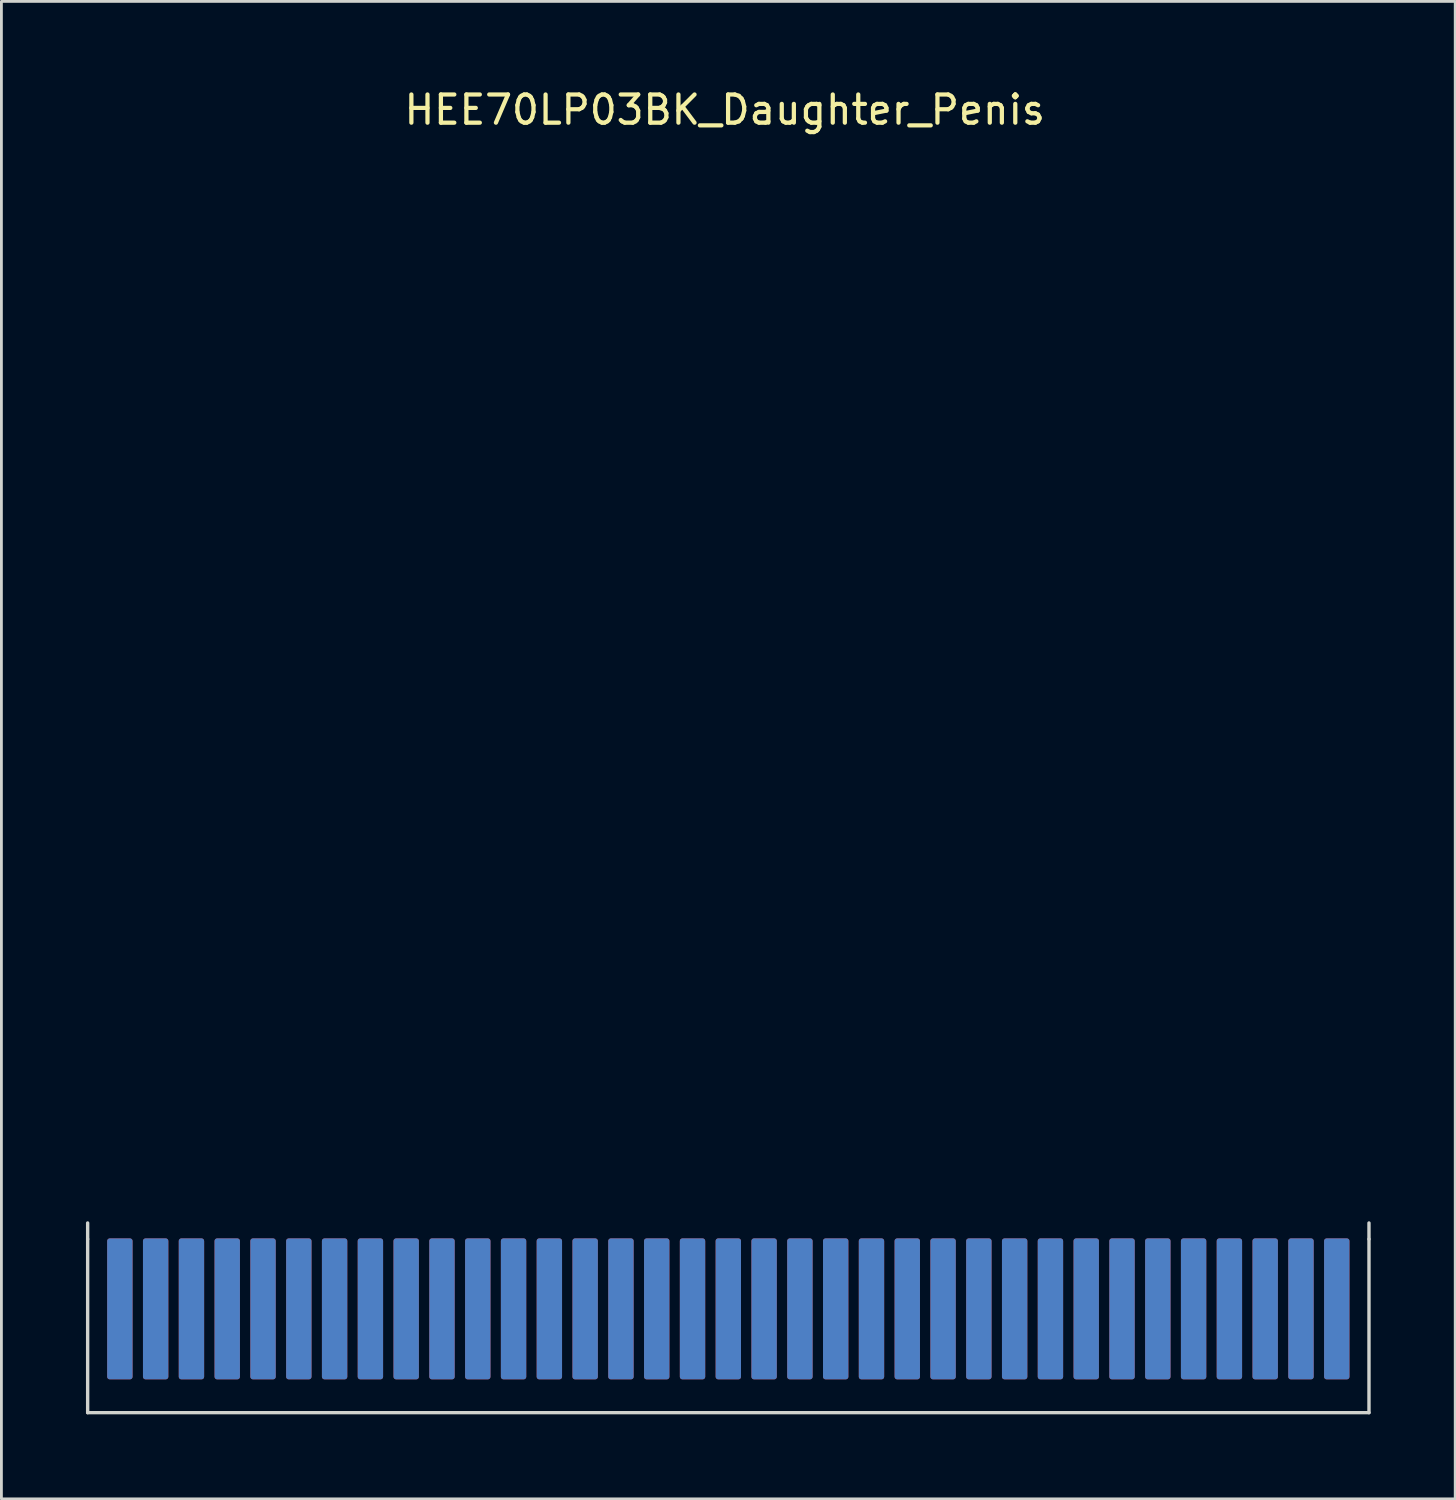
<source format=kicad_pcb>
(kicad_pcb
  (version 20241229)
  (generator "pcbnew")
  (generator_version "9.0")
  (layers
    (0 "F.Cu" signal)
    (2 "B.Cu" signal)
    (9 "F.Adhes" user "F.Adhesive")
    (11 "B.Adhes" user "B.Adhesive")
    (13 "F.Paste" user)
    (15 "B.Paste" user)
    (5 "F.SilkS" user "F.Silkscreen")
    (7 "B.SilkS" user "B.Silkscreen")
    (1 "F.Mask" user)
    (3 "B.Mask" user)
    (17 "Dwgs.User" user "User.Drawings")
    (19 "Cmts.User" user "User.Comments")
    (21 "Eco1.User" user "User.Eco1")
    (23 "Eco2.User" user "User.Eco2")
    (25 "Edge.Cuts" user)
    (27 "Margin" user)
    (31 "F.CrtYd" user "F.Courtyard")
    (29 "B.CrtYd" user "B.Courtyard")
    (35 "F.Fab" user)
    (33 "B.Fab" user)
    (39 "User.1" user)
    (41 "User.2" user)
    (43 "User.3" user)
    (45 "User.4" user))
  (footprint "HEE70LP03BK_Daughter_Penis"
    (layer "F.Cu")
    (at 22.793 40.726)
    (property "Reference" "HEE70LP03BK_Daughter_Penis" (at -0.127 -39.878 0) (unlocked yes) (layer "F.SilkS") (effects (font (size 1 1) (thickness 0.15))))
    (attr smd)
    (fp_line (start -22.733 -0.381) (end -22.733 0.191) (stroke (width 0.12) (type default)) (layer "Edge.Cuts"))
    (fp_line (start -22.733 6.35) (end -22.733 0.191) (stroke (width 0.12) (type default)) (layer "Edge.Cuts"))
    (fp_line (start 22.733 -0.381) (end 22.733 0.191) (stroke (width 0.12) (type default)) (layer "Edge.Cuts"))
    (fp_line (start 22.733 0.191) (end 22.733 6.35) (stroke (width 0.12) (type default)) (layer "Edge.Cuts"))
    (fp_line (start 22.733 6.35) (end -22.733 6.35) (stroke (width 0.12) (type default)) (layer "Edge.Cuts"))
    (pad "1" smd roundrect (at -17.78 2.667 180) (size 0.9 5) (layers "B.Cu" "B.Mask" "B.Paste") (roundrect_rratio 0.1))
    (pad "2" smd roundrect (at -16.51 2.667 180) (size 0.9 5) (layers "B.Cu" "B.Mask" "B.Paste") (roundrect_rratio 0.1))
    (pad "3" smd roundrect (at -15.24 2.667 180) (size 0.9 5) (layers "B.Cu" "B.Mask" "B.Paste") (roundrect_rratio 0.1))
    (pad "4" smd roundrect (at -13.97 2.667 180) (size 0.9 5) (layers "B.Cu" "B.Mask" "B.Paste") (roundrect_rratio 0.1))
    (pad "5" smd roundrect (at -12.7 2.667 180) (size 0.9 5) (layers "B.Cu" "B.Mask" "B.Paste") (roundrect_rratio 0.1))
    (pad "6" smd roundrect (at -11.43 2.667 180) (size 0.9 5) (layers "B.Cu" "B.Mask" "B.Paste") (roundrect_rratio 0.1))
    (pad "7" smd roundrect (at -10.16 2.667 180) (size 0.9 5) (layers "B.Cu" "B.Mask" "B.Paste") (roundrect_rratio 0.1))
    (pad "8" smd roundrect (at -8.89 2.667 180) (size 0.9 5) (layers "B.Cu" "B.Mask" "B.Paste") (roundrect_rratio 0.1))
    (pad "9" smd roundrect (at -7.62 2.667 180) (size 0.9 5) (layers "B.Cu" "B.Mask" "B.Paste") (roundrect_rratio 0.1))
    (pad "10" smd roundrect (at -6.35 2.667 180) (size 0.9 5) (layers "B.Cu" "B.Mask" "B.Paste") (roundrect_rratio 0.1))
    (pad "11" smd roundrect (at -5.08 2.667 180) (size 0.9 5) (layers "B.Cu" "B.Mask" "B.Paste") (roundrect_rratio 0.1))
    (pad "12" smd roundrect (at -3.81 2.667 180) (size 0.9 5) (layers "B.Cu" "B.Mask" "B.Paste") (roundrect_rratio 0.1))
    (pad "13" smd roundrect (at -2.54 2.667 180) (size 0.9 5) (layers "B.Cu" "B.Mask" "B.Paste") (roundrect_rratio 0.1))
    (pad "14" smd roundrect (at -1.27 2.667 180) (size 0.9 5) (layers "B.Cu" "B.Mask" "B.Paste") (roundrect_rratio 0.1))
    (pad "15" smd roundrect (at 0 2.667 180) (size 0.9 5) (layers "B.Cu" "B.Mask" "B.Paste") (roundrect_rratio 0.1))
    (pad "16" smd roundrect (at 1.27 2.667 180) (size 0.9 5) (layers "B.Cu" "B.Mask" "B.Paste") (roundrect_rratio 0.1))
    (pad "17" smd roundrect (at 2.54 2.667 180) (size 0.9 5) (layers "B.Cu" "B.Mask" "B.Paste") (roundrect_rratio 0.1))
    (pad "18" smd roundrect (at 3.81 2.667 180) (size 0.9 5) (layers "B.Cu" "B.Mask" "B.Paste") (roundrect_rratio 0.1))
    (pad "19" smd roundrect (at 5.08 2.667 180) (size 0.9 5) (layers "B.Cu" "B.Mask" "B.Paste") (roundrect_rratio 0.1))
    (pad "20" smd roundrect (at 6.35 2.667 180) (size 0.9 5) (layers "B.Cu" "B.Mask" "B.Paste") (roundrect_rratio 0.1))
    (pad "21" smd roundrect (at 7.62 2.667 180) (size 0.9 5) (layers "B.Cu" "B.Mask" "B.Paste") (roundrect_rratio 0.1))
    (pad "22" smd roundrect (at 8.89 2.667 180) (size 0.9 5) (layers "B.Cu" "B.Mask" "B.Paste") (roundrect_rratio 0.1))
    (pad "23" smd roundrect (at 10.16 2.667 180) (size 0.9 5) (layers "B.Cu" "B.Mask" "B.Paste") (roundrect_rratio 0.1))
    (pad "24" smd roundrect (at 11.43 2.667 180) (size 0.9 5) (layers "B.Cu" "B.Mask" "B.Paste") (roundrect_rratio 0.1))
    (pad "25" smd roundrect (at 12.7 2.667 180) (size 0.9 5) (layers "B.Cu" "B.Mask" "B.Paste") (roundrect_rratio 0.1))
    (pad "26" smd roundrect (at 13.97 2.667 180) (size 0.9 5) (layers "B.Cu" "B.Mask" "B.Paste") (roundrect_rratio 0.1))
    (pad "27" smd roundrect (at 15.24 2.667 180) (size 0.9 5) (layers "B.Cu" "B.Mask" "B.Paste") (roundrect_rratio 0.1))
    (pad "28" smd roundrect (at 16.51 2.667 180) (size 0.9 5) (layers "B.Cu" "B.Mask" "B.Paste") (roundrect_rratio 0.1))
    (pad "29" smd roundrect (at 17.78 2.667 180) (size 0.9 5) (layers "B.Cu" "B.Mask" "B.Paste") (roundrect_rratio 0.1))
    (pad "30" smd roundrect (at 19.05 2.667 180) (size 0.9 5) (layers "B.Cu" "B.Mask" "B.Paste") (roundrect_rratio 0.1))
    (pad "31" smd roundrect (at -17.78 2.667 180) (size 0.9 5) (layers "F.Cu" "F.Mask" "F.Paste") (roundrect_rratio 0.1))
    (pad "32" smd roundrect (at -16.51 2.667 180) (size 0.9 5) (layers "F.Cu" "F.Mask" "F.Paste") (roundrect_rratio 0.1))
    (pad "33" smd roundrect (at -15.24 2.667 180) (size 0.9 5) (layers "F.Cu" "F.Mask" "F.Paste") (roundrect_rratio 0.1))
    (pad "34" smd roundrect (at -13.97 2.667 180) (size 0.9 5) (layers "F.Cu" "F.Mask" "F.Paste") (roundrect_rratio 0.1))
    (pad "35" smd roundrect (at -12.7 2.667 180) (size 0.9 5) (layers "F.Cu" "F.Mask" "F.Paste") (roundrect_rratio 0.1))
    (pad "36" smd roundrect (at -11.43 2.667 180) (size 0.9 5) (layers "F.Cu" "F.Mask" "F.Paste") (roundrect_rratio 0.1))
    (pad "37" smd roundrect (at -10.16 2.667 180) (size 0.9 5) (layers "F.Cu" "F.Mask" "F.Paste") (roundrect_rratio 0.1))
    (pad "38" smd roundrect (at -8.89 2.667 180) (size 0.9 5) (layers "F.Cu" "F.Mask" "F.Paste") (roundrect_rratio 0.1))
    (pad "39" smd roundrect (at -7.62 2.667 180) (size 0.9 5) (layers "F.Cu" "F.Mask" "F.Paste") (roundrect_rratio 0.1))
    (pad "40" smd roundrect (at -6.35 2.667 180) (size 0.9 5) (layers "F.Cu" "F.Mask" "F.Paste") (roundrect_rratio 0.1))
    (pad "41" smd roundrect (at -5.08 2.667 180) (size 0.9 5) (layers "F.Cu" "F.Mask" "F.Paste") (roundrect_rratio 0.1))
    (pad "42" smd roundrect (at -3.81 2.667 180) (size 0.9 5) (layers "F.Cu" "F.Mask" "F.Paste") (roundrect_rratio 0.1))
    (pad "43" smd roundrect (at -2.54 2.667 180) (size 0.9 5) (layers "F.Cu" "F.Mask" "F.Paste") (roundrect_rratio 0.1))
    (pad "44" smd roundrect (at -1.27 2.667 180) (size 0.9 5) (layers "F.Cu" "F.Mask" "F.Paste") (roundrect_rratio 0.1))
    (pad "45" smd roundrect (at 0 2.667 180) (size 0.9 5) (layers "F.Cu" "F.Mask" "F.Paste") (roundrect_rratio 0.1))
    (pad "46" smd roundrect (at 1.27 2.667 180) (size 0.9 5) (layers "F.Cu" "F.Mask" "F.Paste") (roundrect_rratio 0.1))
    (pad "47" smd roundrect (at 2.54 2.667 180) (size 0.9 5) (layers "F.Cu" "F.Mask" "F.Paste") (roundrect_rratio 0.1))
    (pad "48" smd roundrect (at 3.81 2.667 180) (size 0.9 5) (layers "F.Cu" "F.Mask" "F.Paste") (roundrect_rratio 0.1))
    (pad "49" smd roundrect (at 5.08 2.667 180) (size 0.9 5) (layers "F.Cu" "F.Mask" "F.Paste") (roundrect_rratio 0.1))
    (pad "50" smd roundrect (at 6.35 2.667 180) (size 0.9 5) (layers "F.Cu" "F.Mask" "F.Paste") (roundrect_rratio 0.1))
    (pad "51" smd roundrect (at 7.62 2.667 180) (size 0.9 5) (layers "F.Cu" "F.Mask" "F.Paste") (roundrect_rratio 0.1))
    (pad "52" smd roundrect (at 8.89 2.667 180) (size 0.9 5) (layers "F.Cu" "F.Mask" "F.Paste") (roundrect_rratio 0.1))
    (pad "53" smd roundrect (at 10.16 2.667 180) (size 0.9 5) (layers "F.Cu" "F.Mask" "F.Paste") (roundrect_rratio 0.1))
    (pad "54" smd roundrect (at 11.43 2.667 180) (size 0.9 5) (layers "F.Cu" "F.Mask" "F.Paste") (roundrect_rratio 0.1))
    (pad "55" smd roundrect (at 12.7 2.667 180) (size 0.9 5) (layers "F.Cu" "F.Mask" "F.Paste") (roundrect_rratio 0.1))
    (pad "56" smd roundrect (at 13.97 2.667 180) (size 0.9 5) (layers "F.Cu" "F.Mask" "F.Paste") (roundrect_rratio 0.1))
    (pad "57" smd roundrect (at 15.24 2.667 180) (size 0.9 5) (layers "F.Cu" "F.Mask" "F.Paste") (roundrect_rratio 0.1))
    (pad "58" smd roundrect (at 16.51 2.667 180) (size 0.9 5) (layers "F.Cu" "F.Mask" "F.Paste") (roundrect_rratio 0.1))
    (pad "59" smd roundrect (at 17.78 2.667 180) (size 0.9 5) (layers "F.Cu" "F.Mask" "F.Paste") (roundrect_rratio 0.1))
    (pad "60" smd roundrect (at 19.05 2.667 180) (size 0.9 5) (layers "F.Cu" "F.Mask" "F.Paste") (roundrect_rratio 0.1))
    (pad "61" smd roundrect (at 20.32 2.667 180) (size 0.9 5) (layers "B.Cu" "B.Mask" "B.Paste") (roundrect_rratio 0.1))
    (pad "62" smd roundrect (at 21.59 2.667 180) (size 0.9 5) (layers "B.Cu" "B.Mask" "B.Paste") (roundrect_rratio 0.1))
    (pad "63" smd roundrect (at 20.32 2.667 180) (size 0.9 5) (layers "F.Cu" "F.Mask" "F.Paste") (roundrect_rratio 0.1))
    (pad "64" smd roundrect (at 21.59 2.667 180) (size 0.9 5) (layers "F.Cu" "F.Mask" "F.Paste") (roundrect_rratio 0.1))
    (pad "65" smd roundrect (at -21.59 2.667 180) (size 0.9 5) (layers "F.Cu" "F.Mask" "F.Paste") (roundrect_rratio 0.1))
    (pad "66" smd roundrect (at -20.32 2.667 180) (size 0.9 5) (layers "F.Cu" "F.Mask" "F.Paste") (roundrect_rratio 0.1))
    (pad "67" smd roundrect (at -19.05 2.667 180) (size 0.9 5) (layers "F.Cu" "F.Mask" "F.Paste") (roundrect_rratio 0.1))
    (pad "68" smd roundrect (at -21.59 2.667 180) (size 0.9 5) (layers "B.Cu" "B.Mask" "B.Paste") (roundrect_rratio 0.1))
    (pad "69" smd roundrect (at -20.32 2.667 180) (size 0.9 5) (layers "B.Cu" "B.Mask" "B.Paste") (roundrect_rratio 0.1))
    (pad "70" smd roundrect (at -19.05 2.667 180) (size 0.9 5) (layers "B.Cu" "B.Mask" "B.Paste") (roundrect_rratio 0.1)))
  (gr_rect
    (start -3 -3)
    (end 48.586 50.136)
    (stroke (width 0.1) (type default))
    (fill no)
    (layer "Edge.Cuts")))
</source>
